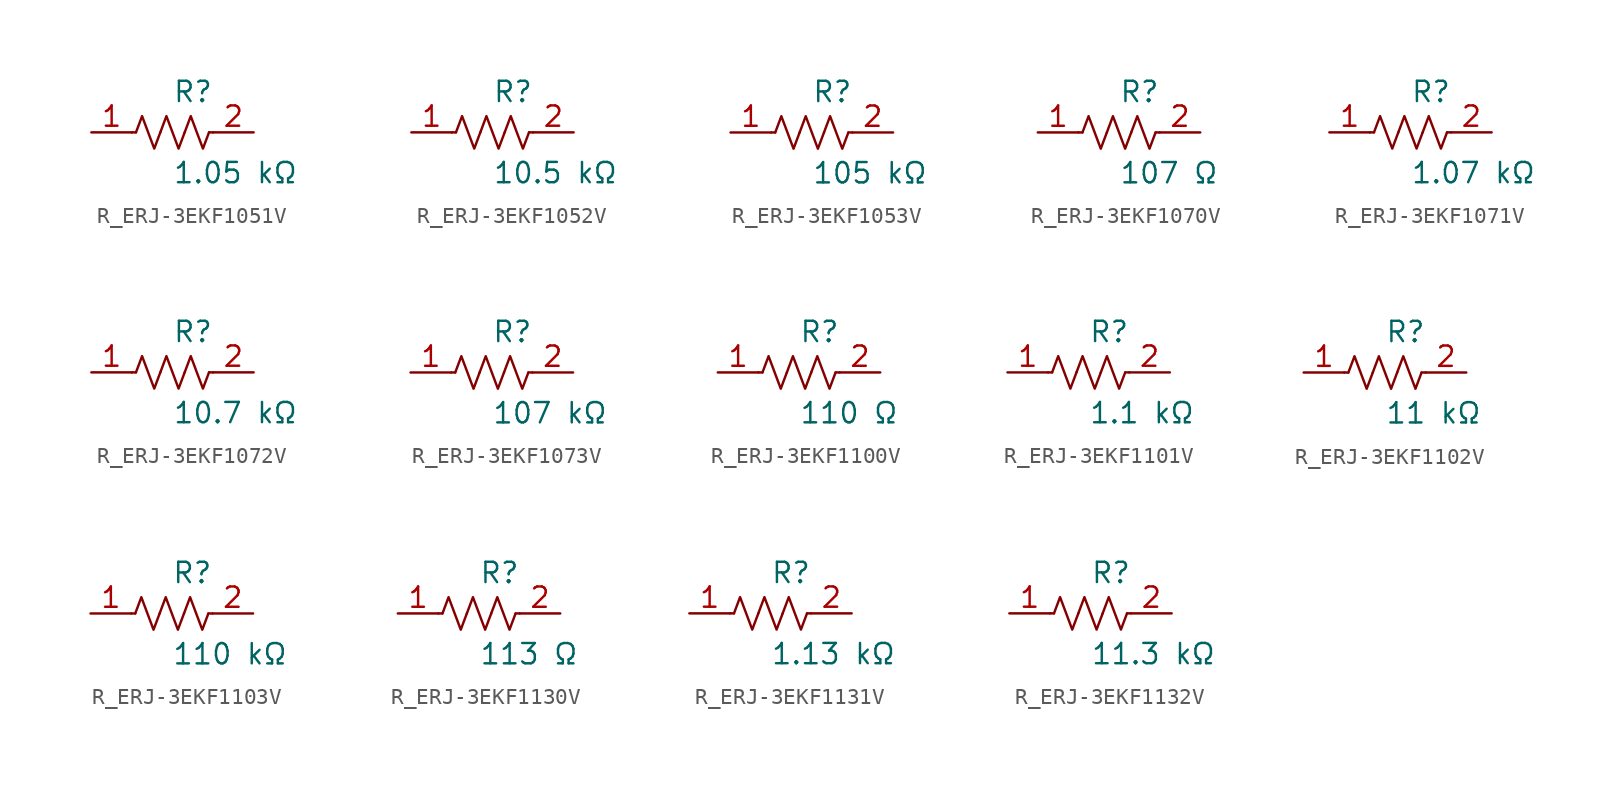
<source format=kicad_sym>
(kicad_symbol_lib
  (version 20231120)
  (generator "kicad_symbol_editor")
  (generator_version "8.0")
  (symbol "R_ERJ-3EKF1051V"
    (pin_names
      (offset 0.254))
    (property "Reference" "R"
      (at 0 2.54 0)
      (effects (font (size 1.27 1.27)) (justify left)))
    (property "Value" "1.05 kΩ"
      (at 0 -2.54 0)
      (effects (font (size 1.27 1.27)) (justify left)))
    (symbol "R_ERJ-3EKF1051V_0_1"
      (polyline (pts (xy 2.286 0) (xy 2.54 0)) (stroke (width 0) (type default)) (fill (type none)))
      (polyline (pts (xy -2.286 0) (xy -2.54 0)) (stroke (width 0) (type default)) (fill (type none)))
      (polyline (pts (xy 0.762 0) (xy 1.143 1.016) (xy 1.524 0) (xy 1.905 -1.016) (xy 2.286 0)) (stroke (width 0) (type default)) (fill (type none)))
      (polyline (pts (xy -0.762 0) (xy -0.381 1.016) (xy 0 0) (xy 0.381 -1.016) (xy 0.762 0)) (stroke (width 0) (type default)) (fill (type none)))
      (polyline (pts (xy -2.286 0) (xy -1.905 1.016) (xy -1.524 0) (xy -1.143 -1.016) (xy -0.762 0)) (stroke (width 0) (type default)) (fill (type none))))
    (pin unspecified line
      (at -5.08 0 0)
      (length 2.54)
      (name "" (effects (font (size 1.27 1.27))))
      (number "1" (effects (font (size 1.27 1.27)))))
    (pin unspecified line
      (at 5.08 0 180)
      (length 2.54)
      (name "" (effects (font (size 1.27 1.27))))
      (number "2" (effects (font (size 1.27 1.27))))))
  (symbol "R_ERJ-3EKF1052V"
    (pin_names
      (offset 0.254))
    (property "Reference" "R"
      (at 0 2.54 0)
      (effects (font (size 1.27 1.27)) (justify left)))
    (property "Value" "10.5 kΩ"
      (at 0 -2.54 0)
      (effects (font (size 1.27 1.27)) (justify left)))
    (symbol "R_ERJ-3EKF1052V_0_1"
      (polyline (pts (xy 2.286 0) (xy 2.54 0)) (stroke (width 0) (type default)) (fill (type none)))
      (polyline (pts (xy -2.286 0) (xy -2.54 0)) (stroke (width 0) (type default)) (fill (type none)))
      (polyline (pts (xy 0.762 0) (xy 1.143 1.016) (xy 1.524 0) (xy 1.905 -1.016) (xy 2.286 0)) (stroke (width 0) (type default)) (fill (type none)))
      (polyline (pts (xy -0.762 0) (xy -0.381 1.016) (xy 0 0) (xy 0.381 -1.016) (xy 0.762 0)) (stroke (width 0) (type default)) (fill (type none)))
      (polyline (pts (xy -2.286 0) (xy -1.905 1.016) (xy -1.524 0) (xy -1.143 -1.016) (xy -0.762 0)) (stroke (width 0) (type default)) (fill (type none))))
    (pin unspecified line
      (at -5.08 0 0)
      (length 2.54)
      (name "" (effects (font (size 1.27 1.27))))
      (number "1" (effects (font (size 1.27 1.27)))))
    (pin unspecified line
      (at 5.08 0 180)
      (length 2.54)
      (name "" (effects (font (size 1.27 1.27))))
      (number "2" (effects (font (size 1.27 1.27))))))
  (symbol "R_ERJ-3EKF1053V"
    (pin_names
      (offset 0.254))
    (property "Reference" "R"
      (at 0 2.54 0)
      (effects (font (size 1.27 1.27)) (justify left)))
    (property "Value" "105 kΩ"
      (at 0 -2.54 0)
      (effects (font (size 1.27 1.27)) (justify left)))
    (symbol "R_ERJ-3EKF1053V_0_1"
      (polyline (pts (xy 2.286 0) (xy 2.54 0)) (stroke (width 0) (type default)) (fill (type none)))
      (polyline (pts (xy -2.286 0) (xy -2.54 0)) (stroke (width 0) (type default)) (fill (type none)))
      (polyline (pts (xy 0.762 0) (xy 1.143 1.016) (xy 1.524 0) (xy 1.905 -1.016) (xy 2.286 0)) (stroke (width 0) (type default)) (fill (type none)))
      (polyline (pts (xy -0.762 0) (xy -0.381 1.016) (xy 0 0) (xy 0.381 -1.016) (xy 0.762 0)) (stroke (width 0) (type default)) (fill (type none)))
      (polyline (pts (xy -2.286 0) (xy -1.905 1.016) (xy -1.524 0) (xy -1.143 -1.016) (xy -0.762 0)) (stroke (width 0) (type default)) (fill (type none))))
    (pin unspecified line
      (at -5.08 0 0)
      (length 2.54)
      (name "" (effects (font (size 1.27 1.27))))
      (number "1" (effects (font (size 1.27 1.27)))))
    (pin unspecified line
      (at 5.08 0 180)
      (length 2.54)
      (name "" (effects (font (size 1.27 1.27))))
      (number "2" (effects (font (size 1.27 1.27))))))
  (symbol "R_ERJ-3EKF1070V"
    (pin_names
      (offset 0.254))
    (property "Reference" "R"
      (at 0 2.54 0)
      (effects (font (size 1.27 1.27)) (justify left)))
    (property "Value" "107 Ω"
      (at 0 -2.54 0)
      (effects (font (size 1.27 1.27)) (justify left)))
    (symbol "R_ERJ-3EKF1070V_0_1"
      (polyline (pts (xy 2.286 0) (xy 2.54 0)) (stroke (width 0) (type default)) (fill (type none)))
      (polyline (pts (xy -2.286 0) (xy -2.54 0)) (stroke (width 0) (type default)) (fill (type none)))
      (polyline (pts (xy 0.762 0) (xy 1.143 1.016) (xy 1.524 0) (xy 1.905 -1.016) (xy 2.286 0)) (stroke (width 0) (type default)) (fill (type none)))
      (polyline (pts (xy -0.762 0) (xy -0.381 1.016) (xy 0 0) (xy 0.381 -1.016) (xy 0.762 0)) (stroke (width 0) (type default)) (fill (type none)))
      (polyline (pts (xy -2.286 0) (xy -1.905 1.016) (xy -1.524 0) (xy -1.143 -1.016) (xy -0.762 0)) (stroke (width 0) (type default)) (fill (type none))))
    (pin unspecified line
      (at -5.08 0 0)
      (length 2.54)
      (name "" (effects (font (size 1.27 1.27))))
      (number "1" (effects (font (size 1.27 1.27)))))
    (pin unspecified line
      (at 5.08 0 180)
      (length 2.54)
      (name "" (effects (font (size 1.27 1.27))))
      (number "2" (effects (font (size 1.27 1.27))))))
  (symbol "R_ERJ-3EKF1071V"
    (pin_names
      (offset 0.254))
    (property "Reference" "R"
      (at 0 2.54 0)
      (effects (font (size 1.27 1.27)) (justify left)))
    (property "Value" "1.07 kΩ"
      (at 0 -2.54 0)
      (effects (font (size 1.27 1.27)) (justify left)))
    (symbol "R_ERJ-3EKF1071V_0_1"
      (polyline (pts (xy 2.286 0) (xy 2.54 0)) (stroke (width 0) (type default)) (fill (type none)))
      (polyline (pts (xy -2.286 0) (xy -2.54 0)) (stroke (width 0) (type default)) (fill (type none)))
      (polyline (pts (xy 0.762 0) (xy 1.143 1.016) (xy 1.524 0) (xy 1.905 -1.016) (xy 2.286 0)) (stroke (width 0) (type default)) (fill (type none)))
      (polyline (pts (xy -0.762 0) (xy -0.381 1.016) (xy 0 0) (xy 0.381 -1.016) (xy 0.762 0)) (stroke (width 0) (type default)) (fill (type none)))
      (polyline (pts (xy -2.286 0) (xy -1.905 1.016) (xy -1.524 0) (xy -1.143 -1.016) (xy -0.762 0)) (stroke (width 0) (type default)) (fill (type none))))
    (pin unspecified line
      (at -5.08 0 0)
      (length 2.54)
      (name "" (effects (font (size 1.27 1.27))))
      (number "1" (effects (font (size 1.27 1.27)))))
    (pin unspecified line
      (at 5.08 0 180)
      (length 2.54)
      (name "" (effects (font (size 1.27 1.27))))
      (number "2" (effects (font (size 1.27 1.27))))))
  (symbol "R_ERJ-3EKF1072V"
    (pin_names
      (offset 0.254))
    (property "Reference" "R"
      (at 0 2.54 0)
      (effects (font (size 1.27 1.27)) (justify left)))
    (property "Value" "10.7 kΩ"
      (at 0 -2.54 0)
      (effects (font (size 1.27 1.27)) (justify left)))
    (symbol "R_ERJ-3EKF1072V_0_1"
      (polyline (pts (xy 2.286 0) (xy 2.54 0)) (stroke (width 0) (type default)) (fill (type none)))
      (polyline (pts (xy -2.286 0) (xy -2.54 0)) (stroke (width 0) (type default)) (fill (type none)))
      (polyline (pts (xy 0.762 0) (xy 1.143 1.016) (xy 1.524 0) (xy 1.905 -1.016) (xy 2.286 0)) (stroke (width 0) (type default)) (fill (type none)))
      (polyline (pts (xy -0.762 0) (xy -0.381 1.016) (xy 0 0) (xy 0.381 -1.016) (xy 0.762 0)) (stroke (width 0) (type default)) (fill (type none)))
      (polyline (pts (xy -2.286 0) (xy -1.905 1.016) (xy -1.524 0) (xy -1.143 -1.016) (xy -0.762 0)) (stroke (width 0) (type default)) (fill (type none))))
    (pin unspecified line
      (at -5.08 0 0)
      (length 2.54)
      (name "" (effects (font (size 1.27 1.27))))
      (number "1" (effects (font (size 1.27 1.27)))))
    (pin unspecified line
      (at 5.08 0 180)
      (length 2.54)
      (name "" (effects (font (size 1.27 1.27))))
      (number "2" (effects (font (size 1.27 1.27))))))
  (symbol "R_ERJ-3EKF1073V"
    (pin_names
      (offset 0.254))
    (property "Reference" "R"
      (at 0 2.54 0)
      (effects (font (size 1.27 1.27)) (justify left)))
    (property "Value" "107 kΩ"
      (at 0 -2.54 0)
      (effects (font (size 1.27 1.27)) (justify left)))
    (symbol "R_ERJ-3EKF1073V_0_1"
      (polyline (pts (xy 2.286 0) (xy 2.54 0)) (stroke (width 0) (type default)) (fill (type none)))
      (polyline (pts (xy -2.286 0) (xy -2.54 0)) (stroke (width 0) (type default)) (fill (type none)))
      (polyline (pts (xy 0.762 0) (xy 1.143 1.016) (xy 1.524 0) (xy 1.905 -1.016) (xy 2.286 0)) (stroke (width 0) (type default)) (fill (type none)))
      (polyline (pts (xy -0.762 0) (xy -0.381 1.016) (xy 0 0) (xy 0.381 -1.016) (xy 0.762 0)) (stroke (width 0) (type default)) (fill (type none)))
      (polyline (pts (xy -2.286 0) (xy -1.905 1.016) (xy -1.524 0) (xy -1.143 -1.016) (xy -0.762 0)) (stroke (width 0) (type default)) (fill (type none))))
    (pin unspecified line
      (at -5.08 0 0)
      (length 2.54)
      (name "" (effects (font (size 1.27 1.27))))
      (number "1" (effects (font (size 1.27 1.27)))))
    (pin unspecified line
      (at 5.08 0 180)
      (length 2.54)
      (name "" (effects (font (size 1.27 1.27))))
      (number "2" (effects (font (size 1.27 1.27))))))
  (symbol "R_ERJ-3EKF1100V"
    (pin_names
      (offset 0.254))
    (property "Reference" "R"
      (at 0 2.54 0)
      (effects (font (size 1.27 1.27)) (justify left)))
    (property "Value" "110 Ω"
      (at 0 -2.54 0)
      (effects (font (size 1.27 1.27)) (justify left)))
    (symbol "R_ERJ-3EKF1100V_0_1"
      (polyline (pts (xy 2.286 0) (xy 2.54 0)) (stroke (width 0) (type default)) (fill (type none)))
      (polyline (pts (xy -2.286 0) (xy -2.54 0)) (stroke (width 0) (type default)) (fill (type none)))
      (polyline (pts (xy 0.762 0) (xy 1.143 1.016) (xy 1.524 0) (xy 1.905 -1.016) (xy 2.286 0)) (stroke (width 0) (type default)) (fill (type none)))
      (polyline (pts (xy -0.762 0) (xy -0.381 1.016) (xy 0 0) (xy 0.381 -1.016) (xy 0.762 0)) (stroke (width 0) (type default)) (fill (type none)))
      (polyline (pts (xy -2.286 0) (xy -1.905 1.016) (xy -1.524 0) (xy -1.143 -1.016) (xy -0.762 0)) (stroke (width 0) (type default)) (fill (type none))))
    (pin unspecified line
      (at -5.08 0 0)
      (length 2.54)
      (name "" (effects (font (size 1.27 1.27))))
      (number "1" (effects (font (size 1.27 1.27)))))
    (pin unspecified line
      (at 5.08 0 180)
      (length 2.54)
      (name "" (effects (font (size 1.27 1.27))))
      (number "2" (effects (font (size 1.27 1.27))))))
  (symbol "R_ERJ-3EKF1101V"
    (pin_names
      (offset 0.254))
    (property "Reference" "R"
      (at 0 2.54 0)
      (effects (font (size 1.27 1.27)) (justify left)))
    (property "Value" "1.1 kΩ"
      (at 0 -2.54 0)
      (effects (font (size 1.27 1.27)) (justify left)))
    (symbol "R_ERJ-3EKF1101V_0_1"
      (polyline (pts (xy 2.286 0) (xy 2.54 0)) (stroke (width 0) (type default)) (fill (type none)))
      (polyline (pts (xy -2.286 0) (xy -2.54 0)) (stroke (width 0) (type default)) (fill (type none)))
      (polyline (pts (xy 0.762 0) (xy 1.143 1.016) (xy 1.524 0) (xy 1.905 -1.016) (xy 2.286 0)) (stroke (width 0) (type default)) (fill (type none)))
      (polyline (pts (xy -0.762 0) (xy -0.381 1.016) (xy 0 0) (xy 0.381 -1.016) (xy 0.762 0)) (stroke (width 0) (type default)) (fill (type none)))
      (polyline (pts (xy -2.286 0) (xy -1.905 1.016) (xy -1.524 0) (xy -1.143 -1.016) (xy -0.762 0)) (stroke (width 0) (type default)) (fill (type none))))
    (pin unspecified line
      (at -5.08 0 0)
      (length 2.54)
      (name "" (effects (font (size 1.27 1.27))))
      (number "1" (effects (font (size 1.27 1.27)))))
    (pin unspecified line
      (at 5.08 0 180)
      (length 2.54)
      (name "" (effects (font (size 1.27 1.27))))
      (number "2" (effects (font (size 1.27 1.27))))))
  (symbol "R_ERJ-3EKF1102V"
    (pin_names
      (offset 0.254))
    (property "Reference" "R"
      (at 0 2.54 0)
      (effects (font (size 1.27 1.27)) (justify left)))
    (property "Value" "11 kΩ"
      (at 0 -2.54 0)
      (effects (font (size 1.27 1.27)) (justify left)))
    (symbol "R_ERJ-3EKF1102V_0_1"
      (polyline (pts (xy 2.286 0) (xy 2.54 0)) (stroke (width 0) (type default)) (fill (type none)))
      (polyline (pts (xy -2.286 0) (xy -2.54 0)) (stroke (width 0) (type default)) (fill (type none)))
      (polyline (pts (xy 0.762 0) (xy 1.143 1.016) (xy 1.524 0) (xy 1.905 -1.016) (xy 2.286 0)) (stroke (width 0) (type default)) (fill (type none)))
      (polyline (pts (xy -0.762 0) (xy -0.381 1.016) (xy 0 0) (xy 0.381 -1.016) (xy 0.762 0)) (stroke (width 0) (type default)) (fill (type none)))
      (polyline (pts (xy -2.286 0) (xy -1.905 1.016) (xy -1.524 0) (xy -1.143 -1.016) (xy -0.762 0)) (stroke (width 0) (type default)) (fill (type none))))
    (pin unspecified line
      (at -5.08 0 0)
      (length 2.54)
      (name "" (effects (font (size 1.27 1.27))))
      (number "1" (effects (font (size 1.27 1.27)))))
    (pin unspecified line
      (at 5.08 0 180)
      (length 2.54)
      (name "" (effects (font (size 1.27 1.27))))
      (number "2" (effects (font (size 1.27 1.27))))))
  (symbol "R_ERJ-3EKF1103V"
    (pin_names
      (offset 0.254))
    (property "Reference" "R"
      (at 0 2.54 0)
      (effects (font (size 1.27 1.27)) (justify left)))
    (property "Value" "110 kΩ"
      (at 0 -2.54 0)
      (effects (font (size 1.27 1.27)) (justify left)))
    (symbol "R_ERJ-3EKF1103V_0_1"
      (polyline (pts (xy 2.286 0) (xy 2.54 0)) (stroke (width 0) (type default)) (fill (type none)))
      (polyline (pts (xy -2.286 0) (xy -2.54 0)) (stroke (width 0) (type default)) (fill (type none)))
      (polyline (pts (xy 0.762 0) (xy 1.143 1.016) (xy 1.524 0) (xy 1.905 -1.016) (xy 2.286 0)) (stroke (width 0) (type default)) (fill (type none)))
      (polyline (pts (xy -0.762 0) (xy -0.381 1.016) (xy 0 0) (xy 0.381 -1.016) (xy 0.762 0)) (stroke (width 0) (type default)) (fill (type none)))
      (polyline (pts (xy -2.286 0) (xy -1.905 1.016) (xy -1.524 0) (xy -1.143 -1.016) (xy -0.762 0)) (stroke (width 0) (type default)) (fill (type none))))
    (pin unspecified line
      (at -5.08 0 0)
      (length 2.54)
      (name "" (effects (font (size 1.27 1.27))))
      (number "1" (effects (font (size 1.27 1.27)))))
    (pin unspecified line
      (at 5.08 0 180)
      (length 2.54)
      (name "" (effects (font (size 1.27 1.27))))
      (number "2" (effects (font (size 1.27 1.27))))))
  (symbol "R_ERJ-3EKF1130V"
    (pin_names
      (offset 0.254))
    (property "Reference" "R"
      (at 0 2.54 0)
      (effects (font (size 1.27 1.27)) (justify left)))
    (property "Value" "113 Ω"
      (at 0 -2.54 0)
      (effects (font (size 1.27 1.27)) (justify left)))
    (symbol "R_ERJ-3EKF1130V_0_1"
      (polyline (pts (xy 2.286 0) (xy 2.54 0)) (stroke (width 0) (type default)) (fill (type none)))
      (polyline (pts (xy -2.286 0) (xy -2.54 0)) (stroke (width 0) (type default)) (fill (type none)))
      (polyline (pts (xy 0.762 0) (xy 1.143 1.016) (xy 1.524 0) (xy 1.905 -1.016) (xy 2.286 0)) (stroke (width 0) (type default)) (fill (type none)))
      (polyline (pts (xy -0.762 0) (xy -0.381 1.016) (xy 0 0) (xy 0.381 -1.016) (xy 0.762 0)) (stroke (width 0) (type default)) (fill (type none)))
      (polyline (pts (xy -2.286 0) (xy -1.905 1.016) (xy -1.524 0) (xy -1.143 -1.016) (xy -0.762 0)) (stroke (width 0) (type default)) (fill (type none))))
    (pin unspecified line
      (at -5.08 0 0)
      (length 2.54)
      (name "" (effects (font (size 1.27 1.27))))
      (number "1" (effects (font (size 1.27 1.27)))))
    (pin unspecified line
      (at 5.08 0 180)
      (length 2.54)
      (name "" (effects (font (size 1.27 1.27))))
      (number "2" (effects (font (size 1.27 1.27))))))
  (symbol "R_ERJ-3EKF1131V"
    (pin_names
      (offset 0.254))
    (property "Reference" "R"
      (at 0 2.54 0)
      (effects (font (size 1.27 1.27)) (justify left)))
    (property "Value" "1.13 kΩ"
      (at 0 -2.54 0)
      (effects (font (size 1.27 1.27)) (justify left)))
    (symbol "R_ERJ-3EKF1131V_0_1"
      (polyline (pts (xy 2.286 0) (xy 2.54 0)) (stroke (width 0) (type default)) (fill (type none)))
      (polyline (pts (xy -2.286 0) (xy -2.54 0)) (stroke (width 0) (type default)) (fill (type none)))
      (polyline (pts (xy 0.762 0) (xy 1.143 1.016) (xy 1.524 0) (xy 1.905 -1.016) (xy 2.286 0)) (stroke (width 0) (type default)) (fill (type none)))
      (polyline (pts (xy -0.762 0) (xy -0.381 1.016) (xy 0 0) (xy 0.381 -1.016) (xy 0.762 0)) (stroke (width 0) (type default)) (fill (type none)))
      (polyline (pts (xy -2.286 0) (xy -1.905 1.016) (xy -1.524 0) (xy -1.143 -1.016) (xy -0.762 0)) (stroke (width 0) (type default)) (fill (type none))))
    (pin unspecified line
      (at -5.08 0 0)
      (length 2.54)
      (name "" (effects (font (size 1.27 1.27))))
      (number "1" (effects (font (size 1.27 1.27)))))
    (pin unspecified line
      (at 5.08 0 180)
      (length 2.54)
      (name "" (effects (font (size 1.27 1.27))))
      (number "2" (effects (font (size 1.27 1.27))))))
  (symbol "R_ERJ-3EKF1132V"
    (pin_names
      (offset 0.254))
    (property "Reference" "R"
      (at 0 2.54 0)
      (effects (font (size 1.27 1.27)) (justify left)))
    (property "Value" "11.3 kΩ"
      (at 0 -2.54 0)
      (effects (font (size 1.27 1.27)) (justify left)))
    (symbol "R_ERJ-3EKF1132V_0_1"
      (polyline (pts (xy 2.286 0) (xy 2.54 0)) (stroke (width 0) (type default)) (fill (type none)))
      (polyline (pts (xy -2.286 0) (xy -2.54 0)) (stroke (width 0) (type default)) (fill (type none)))
      (polyline (pts (xy 0.762 0) (xy 1.143 1.016) (xy 1.524 0) (xy 1.905 -1.016) (xy 2.286 0)) (stroke (width 0) (type default)) (fill (type none)))
      (polyline (pts (xy -0.762 0) (xy -0.381 1.016) (xy 0 0) (xy 0.381 -1.016) (xy 0.762 0)) (stroke (width 0) (type default)) (fill (type none)))
      (polyline (pts (xy -2.286 0) (xy -1.905 1.016) (xy -1.524 0) (xy -1.143 -1.016) (xy -0.762 0)) (stroke (width 0) (type default)) (fill (type none))))
    (pin unspecified line
      (at -5.08 0 0)
      (length 2.54)
      (name "" (effects (font (size 1.27 1.27))))
      (number "1" (effects (font (size 1.27 1.27)))))
    (pin unspecified line
      (at 5.08 0 180)
      (length 2.54)
      (name "" (effects (font (size 1.27 1.27))))
      (number "2" (effects (font (size 1.27 1.27)))))))
</source>
